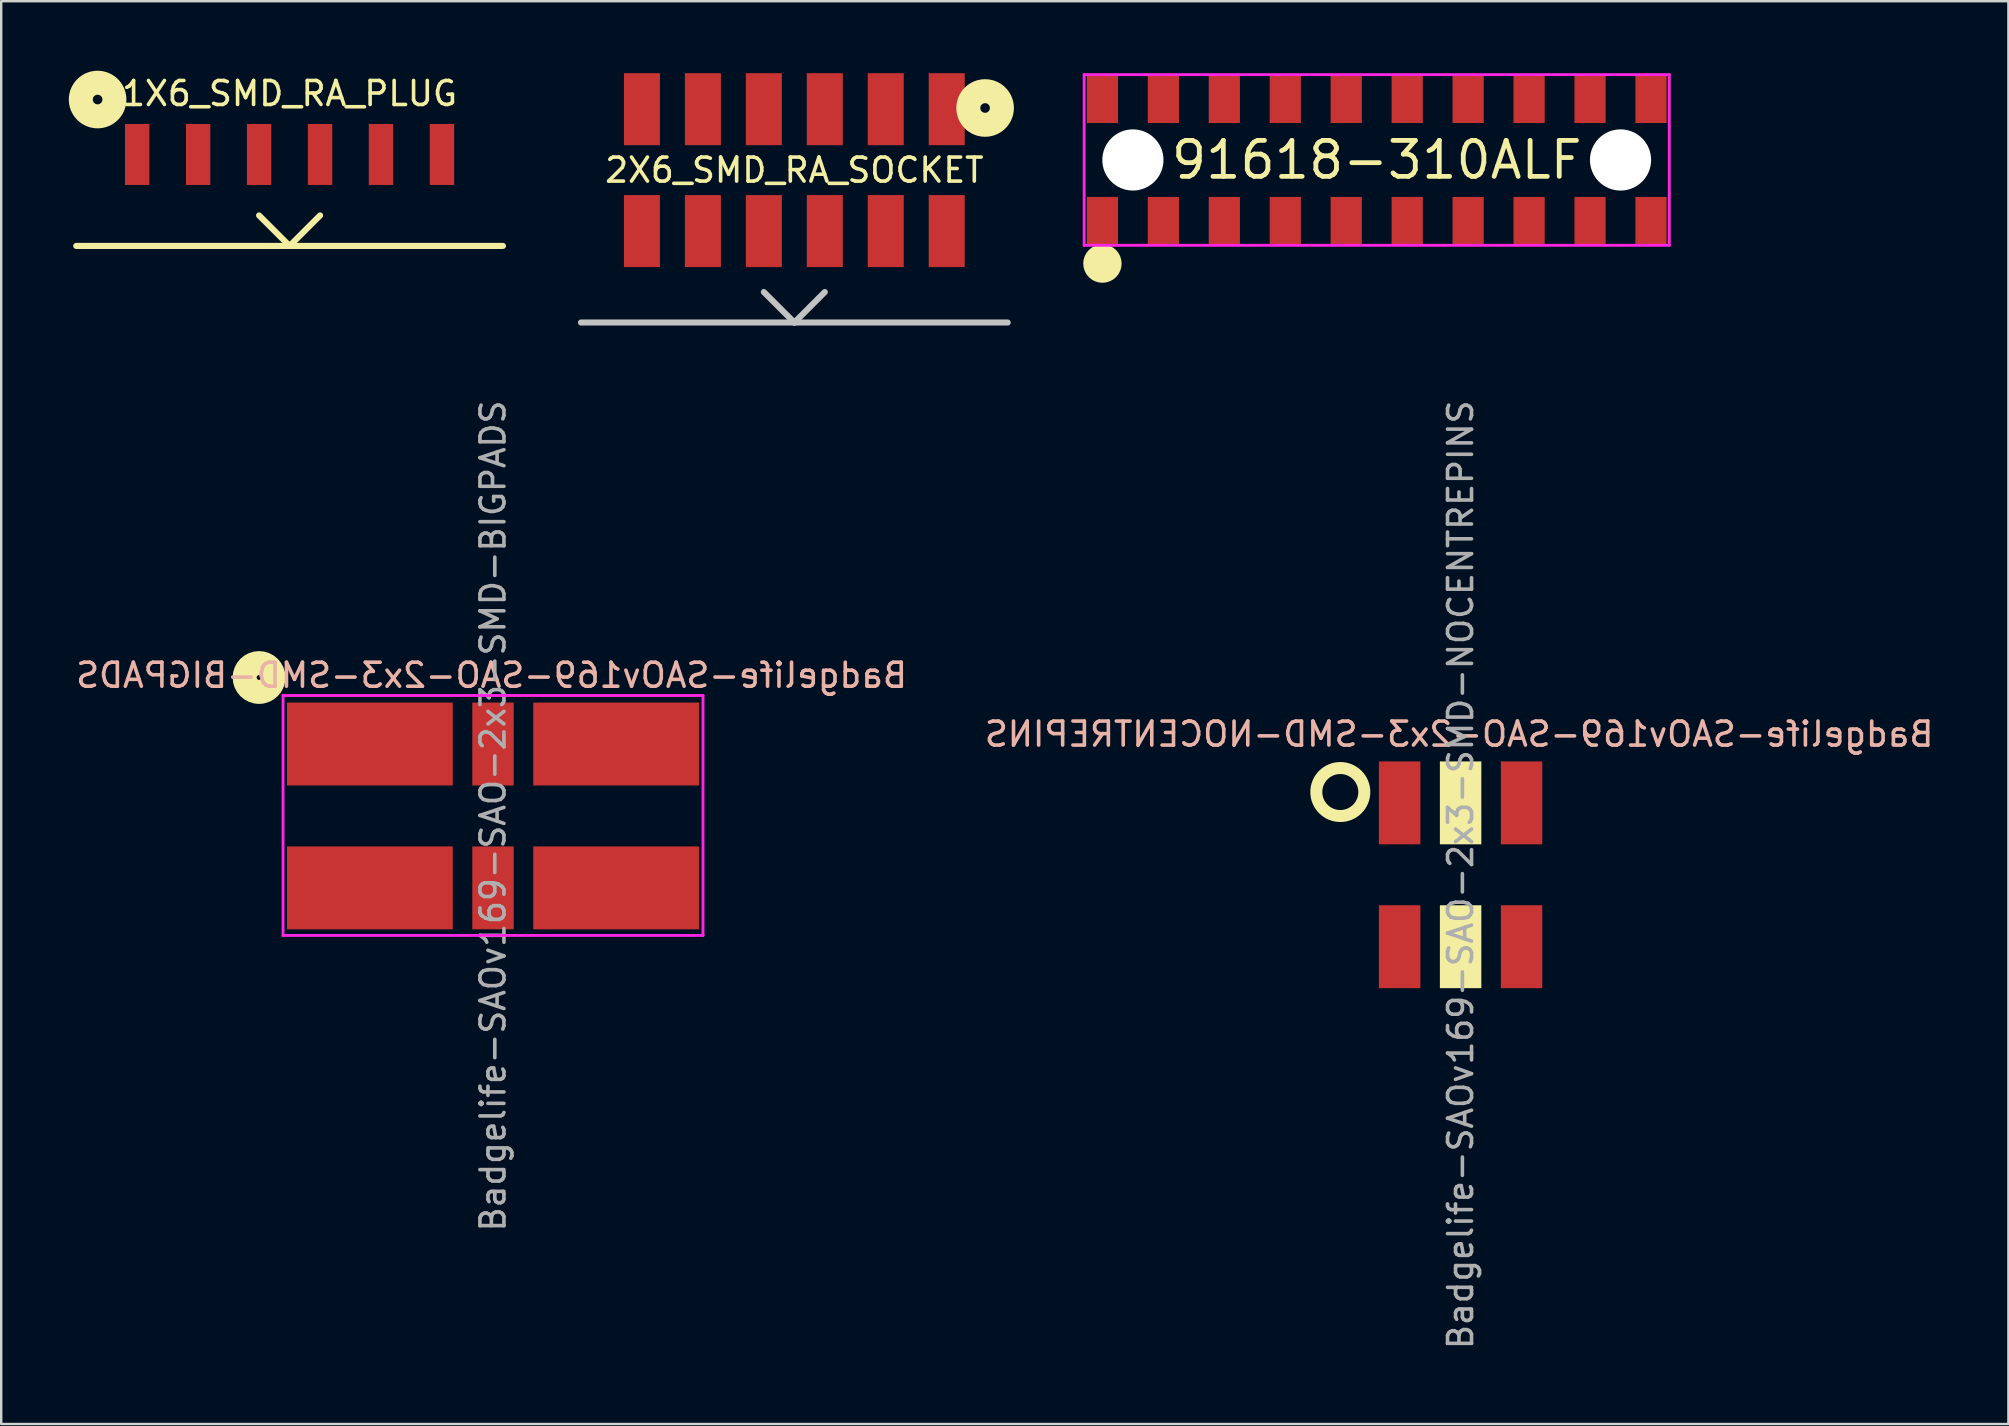
<source format=kicad_pcb>
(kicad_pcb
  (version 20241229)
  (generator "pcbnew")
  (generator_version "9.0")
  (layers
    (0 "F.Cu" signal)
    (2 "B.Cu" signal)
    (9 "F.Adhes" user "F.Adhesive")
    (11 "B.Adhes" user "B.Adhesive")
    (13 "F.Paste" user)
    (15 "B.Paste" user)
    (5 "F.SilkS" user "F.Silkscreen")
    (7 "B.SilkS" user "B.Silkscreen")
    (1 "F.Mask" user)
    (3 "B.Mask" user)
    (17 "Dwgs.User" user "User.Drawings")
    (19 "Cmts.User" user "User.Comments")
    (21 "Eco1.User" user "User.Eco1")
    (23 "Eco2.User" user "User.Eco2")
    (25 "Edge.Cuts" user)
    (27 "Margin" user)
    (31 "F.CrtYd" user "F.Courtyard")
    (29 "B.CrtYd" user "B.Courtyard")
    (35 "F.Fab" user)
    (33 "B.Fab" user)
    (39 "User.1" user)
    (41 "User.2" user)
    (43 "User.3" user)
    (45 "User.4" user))
  (footprint "91618-310ALF"
    (layer "F.Cu")
    (at 54.32 3.616)
    (property "Reference" "91618-310ALF" (at 0 0 0) (layer "F.SilkS") (effects (font (size 1.5 1.5) (thickness 0.2))))
    (attr through_hole)
    (fp_circle (center -11.43 4.318) (end -11.03 4.318) (stroke (width 0.8) (type solid)) (fill no) (layer "F.SilkS"))
    (fp_line (start -12.192 -3.556) (end -12.192 3.556) (stroke (width 0.12) (type solid)) (layer "F.CrtYd"))
    (fp_line (start -12.192 3.556) (end 12.192 3.556) (stroke (width 0.12) (type solid)) (layer "F.CrtYd"))
    (fp_line (start 12.192 -3.556) (end -12.192 -3.556) (stroke (width 0.12) (type solid)) (layer "F.CrtYd"))
    (fp_line (start 12.192 3.556) (end 12.192 -3.556) (stroke (width 0.12) (type solid)) (layer "F.CrtYd"))
    (pad "" np_thru_hole circle (at -10.16 0) (size 2.55 2.55) (drill 2.55) (layers "*.Cu" "*.Mask"))
    (pad "" np_thru_hole circle (at 10.16 0) (size 2.55 2.55) (drill 2.55) (layers "*.Cu" "*.Mask"))
    (pad "1" smd rect (at -11.43 2.54) (size 1.3 2) (layers "F.Cu" "F.Mask" "F.Paste"))
    (pad "2" smd rect (at -11.43 -2.54) (size 1.3 2) (layers "F.Cu" "F.Mask" "F.Paste"))
    (pad "3" smd rect (at -8.89 2.54) (size 1.3 2) (layers "F.Cu" "F.Mask" "F.Paste"))
    (pad "4" smd rect (at -8.89 -2.54) (size 1.3 2) (layers "F.Cu" "F.Mask" "F.Paste"))
    (pad "5" smd rect (at -6.35 2.54) (size 1.3 2) (layers "F.Cu" "F.Mask" "F.Paste"))
    (pad "6" smd rect (at -6.35 -2.54) (size 1.3 2) (layers "F.Cu" "F.Mask" "F.Paste"))
    (pad "7" smd rect (at -3.81 2.54) (size 1.3 2) (layers "F.Cu" "F.Mask" "F.Paste"))
    (pad "8" smd rect (at -3.81 -2.54) (size 1.3 2) (layers "F.Cu" "F.Mask" "F.Paste"))
    (pad "9" smd rect (at -1.27 2.54) (size 1.3 2) (layers "F.Cu" "F.Mask" "F.Paste"))
    (pad "10" smd rect (at -1.27 -2.54) (size 1.3 2) (layers "F.Cu" "F.Mask" "F.Paste"))
    (pad "11" smd rect (at 1.27 2.54) (size 1.3 2) (layers "F.Cu" "F.Mask" "F.Paste"))
    (pad "12" smd rect (at 1.27 -2.54) (size 1.3 2) (layers "F.Cu" "F.Mask" "F.Paste"))
    (pad "13" smd rect (at 3.81 2.54) (size 1.3 2) (layers "F.Cu" "F.Mask" "F.Paste"))
    (pad "14" smd rect (at 3.81 -2.54) (size 1.3 2) (layers "F.Cu" "F.Mask" "F.Paste"))
    (pad "15" smd rect (at 6.35 2.54) (size 1.3 2) (layers "F.Cu" "F.Mask" "F.Paste"))
    (pad "16" smd rect (at 6.35 -2.54) (size 1.3 2) (layers "F.Cu" "F.Mask" "F.Paste"))
    (pad "17" smd rect (at 8.89 2.54) (size 1.3 2) (layers "F.Cu" "F.Mask" "F.Paste"))
    (pad "18" smd rect (at 8.89 -2.54) (size 1.3 2) (layers "F.Cu" "F.Mask" "F.Paste"))
    (pad "19" smd rect (at 11.43 2.54) (size 1.3 2) (layers "F.Cu" "F.Mask" "F.Paste"))
    (pad "20" smd rect (at 11.43 -2.54) (size 1.3 2) (layers "F.Cu" "F.Mask" "F.Paste")))
  (footprint "Badgelife-SAOv169-SAO-2x3-SMD-BIGPADS"
    (layer "F.Cu")
    (at 17.495 30.932)
    (property "Reference" "Badgelife-SAOv169-SAO-2x3-SMD-BIGPADS" (at -0.06 -5.842 0) (layer "B.SilkS") (effects (font (size 1 1) (thickness 0.15)) (justify mirror)))
    (attr through_hole)
    (fp_circle (center -9.75 -5.75) (end -9.15 -5.75) (stroke (width 1) (type solid)) (fill no) (layer "F.SilkS"))
    (fp_line (start -8.75 -5) (end 8.75 -5) (stroke (width 0.12) (type solid)) (layer "Eco1.User"))
    (fp_line (start -8.75 5) (end -8.75 -5) (stroke (width 0.12) (type solid)) (layer "Eco1.User"))
    (fp_line (start 8.75 -5) (end 8.75 5) (stroke (width 0.12) (type solid)) (layer "Eco1.User"))
    (fp_line (start 8.75 5) (end -8.75 5) (stroke (width 0.12) (type solid)) (layer "Eco1.User"))
    (fp_line (start -8.75 -5) (end 8.75 -5) (stroke (width 0.12) (type solid)) (layer "F.CrtYd"))
    (fp_line (start -8.75 5) (end -8.75 -5) (stroke (width 0.12) (type solid)) (layer "F.CrtYd"))
    (fp_line (start 8.75 -5) (end 8.75 5) (stroke (width 0.12) (type solid)) (layer "F.CrtYd"))
    (fp_line (start 8.75 5) (end -8.75 5) (stroke (width 0.12) (type solid)) (layer "F.CrtYd"))
    (fp_text user "${REFERENCE}" (at 0 0.02 270) (layer "F.Fab") (effects (font (size 1 1) (thickness 0.15))))
    (pad "1" smd rect (at -5.131 -2.977 270) (size 3.454 6.909) (layers "F.Cu" "F.Mask" "F.Paste"))
    (pad "2" smd rect (at -5.131 3.017 270) (size 3.454 6.909) (layers "F.Cu" "F.Mask" "F.Paste"))
    (pad "3" smd rect (at 0 -2.977 270) (size 3.454 1.727) (layers "F.Cu" "F.Mask" "F.Paste"))
    (pad "4" smd rect (at 0 3.017 270) (size 3.454 1.727) (layers "F.Cu" "F.Mask" "F.Paste"))
    (pad "5" smd rect (at 5.131 -2.977 270) (size 3.454 6.909) (layers "F.Cu" "F.Mask" "F.Paste"))
    (pad "6" smd rect (at 5.131 3.017 270) (size 3.454 6.909) (layers "F.Cu" "F.Mask" "F.Paste")))
  (footprint "Badgelife-SAOv169-SAO-2x3-SMD-NOCENTREPINS"
    (layer "F.Cu")
    (at 57.816 33.384)
    (property "Reference" "Badgelife-SAOv169-SAO-2x3-SMD-NOCENTREPINS" (at -0.06 -5.842 0) (layer "B.SilkS") (effects (font (size 1 1) (thickness 0.15)) (justify mirror)))
    (attr through_hole)
    (fp_circle (center -5.013 -3.429) (end -4.013 -3.429) (stroke (width 0.5) (type solid)) (fill no) (layer "F.SilkS"))
    (fp_text user "${REFERENCE}" (at 0 0.02 270) (layer "F.Fab") (effects (font (size 1 1) (thickness 0.15))))
    (pad "" smd rect (at 0 -2.977 270) (size 3.454 1.727) (layers "F.SilkS"))
    (pad "" smd rect (at 0 3.017 270) (size 3.454 1.727) (layers "F.SilkS"))
    (pad "1" smd rect (at -2.54 -2.977 270) (size 3.454 1.727) (layers "F.Cu" "F.Mask" "F.Paste"))
    (pad "2" smd rect (at -2.54 3.017 270) (size 3.454 1.727) (layers "F.Cu" "F.Mask" "F.Paste"))
    (pad "5" smd rect (at 2.54 -2.977 270) (size 3.454 1.727) (layers "F.Cu" "F.Mask" "F.Paste"))
    (pad "6" smd rect (at 2.54 3.017 270) (size 3.454 1.727) (layers "F.Cu" "F.Mask" "F.Paste")))
  (footprint "2X6_SMD_RA_SOCKET"
    (layer "F.Cu")
    (at 30.051 4.04)
    (property "Reference" "2X6_SMD_RA_SOCKET" (at 0 0 0) (layer "F.SilkS") (effects (font (size 1 1) (thickness 0.15))))
    (attr smd)
    (fp_circle (center 7.95 -2.59) (end 8.15 -2.59) (stroke (width 1) (type solid)) (fill no) (layer "F.SilkS"))
    (fp_line (start 0 6.35) (end -8.89 6.35) (stroke (width 0.254) (type solid)) (layer "Dwgs.User"))
    (fp_line (start 0 6.35) (end -1.27 5.08) (stroke (width 0.254) (type solid)) (layer "Dwgs.User"))
    (fp_line (start 1.27 5.08) (end 0 6.35) (stroke (width 0.254) (type solid)) (layer "Dwgs.User"))
    (fp_line (start 8.89 6.35) (end 0 6.35) (stroke (width 0.254) (type solid)) (layer "Dwgs.User"))
    (pad "1" smd rect (at 6.35 -2.54 270) (size 3 1.5) (layers "F.Cu" "F.Mask" "F.Paste"))
    (pad "2" smd rect (at 3.81 -2.54 270) (size 3 1.5) (layers "F.Cu" "F.Mask" "F.Paste"))
    (pad "3" smd rect (at 1.27 -2.54 270) (size 3 1.5) (layers "F.Cu" "F.Mask" "F.Paste"))
    (pad "4" smd rect (at -1.27 -2.54 270) (size 3 1.5) (layers "F.Cu" "F.Mask" "F.Paste"))
    (pad "5" smd rect (at -3.81 -2.54 270) (size 3 1.5) (layers "F.Cu" "F.Mask" "F.Paste"))
    (pad "6" smd rect (at -6.35 -2.54 270) (size 3 1.5) (layers "F.Cu" "F.Mask" "F.Paste"))
    (pad "7" smd rect (at 6.35 2.54 270) (size 3 1.5) (layers "F.Cu" "F.Mask" "F.Paste"))
    (pad "8" smd rect (at 3.81 2.54 270) (size 3 1.5) (layers "F.Cu" "F.Mask" "F.Paste"))
    (pad "9" smd rect (at 1.27 2.54 270) (size 3 1.5) (layers "F.Cu" "F.Mask" "F.Paste"))
    (pad "10" smd rect (at -1.27 2.54 270) (size 3 1.5) (layers "F.Cu" "F.Mask" "F.Paste"))
    (pad "11" smd rect (at -3.81 2.54 270) (size 3 1.5) (layers "F.Cu" "F.Mask" "F.Paste"))
    (pad "12" smd rect (at -6.35 2.54 270) (size 3 1.5) (layers "F.Cu" "F.Mask" "F.Paste")))
  (footprint "1X6_SMD_RA_PLUG"
    (layer "F.Cu")
    (at 9.017 0.848)
    (property "Reference" "1X6_SMD_RA_PLUG" (at 0 0 0) (layer "F.SilkS") (effects (font (size 1 1) (thickness 0.15))))
    (attr smd)
    (fp_line (start 0 6.35) (end -8.89 6.35) (stroke (width 0.254) (type solid)) (layer "F.SilkS"))
    (fp_line (start 0 6.35) (end -1.27 5.08) (stroke (width 0.254) (type solid)) (layer "F.SilkS"))
    (fp_line (start 1.27 5.08) (end 0 6.35) (stroke (width 0.254) (type solid)) (layer "F.SilkS"))
    (fp_line (start 8.89 6.35) (end 0 6.35) (stroke (width 0.254) (type solid)) (layer "F.SilkS"))
    (fp_circle (center -8 0.25) (end -7.8 0.25) (stroke (width 1) (type solid)) (fill no) (layer "F.SilkS"))
    (pad "1" smd rect (at -6.35 2.54 270) (size 2.54 1.016) (layers "F.Cu" "F.Mask" "F.Paste"))
    (pad "2" smd rect (at -3.81 2.54 270) (size 2.54 1.016) (layers "F.Cu" "F.Mask" "F.Paste"))
    (pad "3" smd rect (at -1.27 2.54 270) (size 2.54 1.016) (layers "F.Cu" "F.Mask" "F.Paste"))
    (pad "4" smd rect (at 1.27 2.54 270) (size 2.54 1.016) (layers "F.Cu" "F.Mask" "F.Paste"))
    (pad "5" smd rect (at 3.81 2.54 270) (size 2.54 1.016) (layers "F.Cu" "F.Mask" "F.Paste"))
    (pad "6" smd rect (at 6.35 2.54 270) (size 2.54 1.016) (layers "F.Cu" "F.Mask" "F.Paste")))
  (gr_rect
    (start -3 -3)
    (end 80.643 56.291)
    (stroke (width 0.1) (type default))
    (fill no)
    (layer "Edge.Cuts")))
</source>
